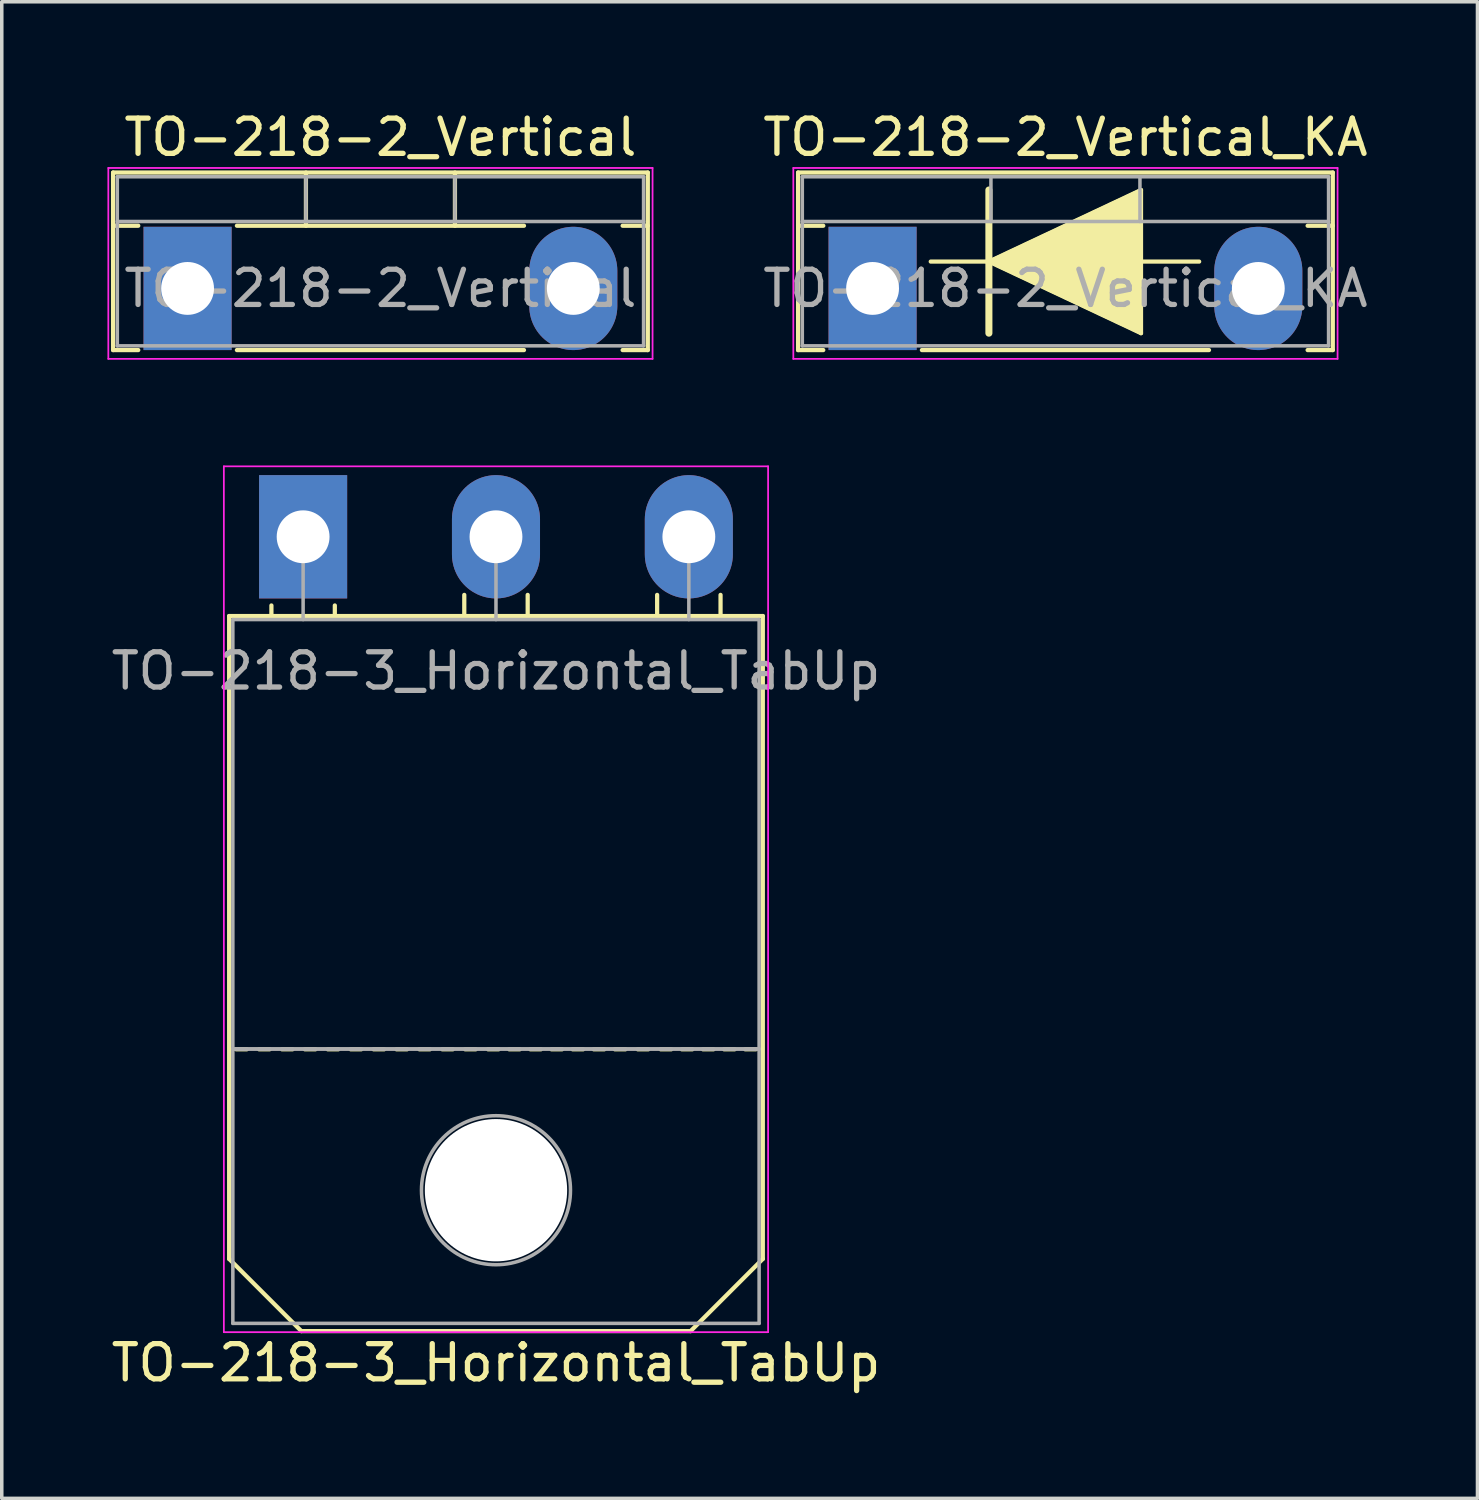
<source format=kicad_pcb>
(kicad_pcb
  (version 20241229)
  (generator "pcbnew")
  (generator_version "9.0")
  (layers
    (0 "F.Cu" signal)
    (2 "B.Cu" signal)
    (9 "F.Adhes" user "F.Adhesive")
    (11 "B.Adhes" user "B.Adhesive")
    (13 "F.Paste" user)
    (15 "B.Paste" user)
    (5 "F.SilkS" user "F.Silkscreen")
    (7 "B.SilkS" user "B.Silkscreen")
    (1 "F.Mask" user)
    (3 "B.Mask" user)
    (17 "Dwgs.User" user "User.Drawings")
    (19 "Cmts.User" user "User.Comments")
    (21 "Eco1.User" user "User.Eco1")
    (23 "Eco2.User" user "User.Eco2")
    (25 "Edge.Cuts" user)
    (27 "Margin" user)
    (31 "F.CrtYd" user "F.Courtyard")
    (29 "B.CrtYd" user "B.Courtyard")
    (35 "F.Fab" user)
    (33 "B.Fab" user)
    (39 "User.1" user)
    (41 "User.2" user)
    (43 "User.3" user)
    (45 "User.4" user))
  (footprint "TO-218-3_Horizontal_TabUp"
    (layer "F.Cu")
    (at 5.555 12.188)
    (property "Reference" "TO-218-3_Horizontal_TabUp" (at 5.475 23.45 0) (layer "F.SilkS") (effects (font (size 1 1) (thickness 0.15))))
    (attr through_hole)
    (fp_line (start -2.1 2.25) (end 13.05 2.25) (stroke (width 0.12) (type solid)) (layer "F.SilkS"))
    (fp_line (start -2.1 20.5) (end -2.1 2.25) (stroke (width 0.12) (type solid)) (layer "F.SilkS"))
    (fp_line (start -2.1 20.5) (end -0.05 22.55) (stroke (width 0.12) (type solid)) (layer "F.SilkS"))
    (fp_line (start -1.6 14.55) (end -1.9 14.55) (stroke (width 0.12) (type solid)) (layer "F.SilkS"))
    (fp_line (start -0.95 14.55) (end -1.25 14.55) (stroke (width 0.12) (type solid)) (layer "F.SilkS"))
    (fp_line (start -0.9 2.2) (end -0.9 1.95) (stroke (width 0.12) (type solid)) (layer "F.SilkS"))
    (fp_line (start -0.3 14.55) (end -0.6 14.55) (stroke (width 0.12) (type solid)) (layer "F.SilkS"))
    (fp_line (start 0.35 14.55) (end 0.05 14.55) (stroke (width 0.12) (type solid)) (layer "F.SilkS"))
    (fp_line (start 0.9 2.2) (end 0.9 1.95) (stroke (width 0.12) (type solid)) (layer "F.SilkS"))
    (fp_line (start 1 14.55) (end 0.7 14.55) (stroke (width 0.12) (type solid)) (layer "F.SilkS"))
    (fp_line (start 1.65 14.55) (end 1.35 14.55) (stroke (width 0.12) (type solid)) (layer "F.SilkS"))
    (fp_line (start 2.3 14.55) (end 2 14.55) (stroke (width 0.12) (type solid)) (layer "F.SilkS"))
    (fp_line (start 2.95 14.55) (end 2.65 14.55) (stroke (width 0.12) (type solid)) (layer "F.SilkS"))
    (fp_line (start 3.6 14.55) (end 3.3 14.55) (stroke (width 0.12) (type solid)) (layer "F.SilkS"))
    (fp_line (start 4.25 14.55) (end 3.95 14.55) (stroke (width 0.12) (type solid)) (layer "F.SilkS"))
    (fp_line (start 4.575 2.2) (end 4.575 1.65) (stroke (width 0.12) (type solid)) (layer "F.SilkS"))
    (fp_line (start 4.9 14.55) (end 4.6 14.55) (stroke (width 0.12) (type solid)) (layer "F.SilkS"))
    (fp_line (start 5.55 14.55) (end 5.25 14.55) (stroke (width 0.12) (type solid)) (layer "F.SilkS"))
    (fp_line (start 6.15 14.55) (end 5.85 14.55) (stroke (width 0.12) (type solid)) (layer "F.SilkS"))
    (fp_line (start 6.375 2.2) (end 6.375 1.65) (stroke (width 0.12) (type solid)) (layer "F.SilkS"))
    (fp_line (start 6.75 14.55) (end 6.45 14.55) (stroke (width 0.12) (type solid)) (layer "F.SilkS"))
    (fp_line (start 7.35 14.55) (end 7.05 14.55) (stroke (width 0.12) (type solid)) (layer "F.SilkS"))
    (fp_line (start 7.95 14.55) (end 7.65 14.55) (stroke (width 0.12) (type solid)) (layer "F.SilkS"))
    (fp_line (start 8.55 14.55) (end 8.25 14.55) (stroke (width 0.12) (type solid)) (layer "F.SilkS"))
    (fp_line (start 9.15 14.55) (end 8.85 14.55) (stroke (width 0.12) (type solid)) (layer "F.SilkS"))
    (fp_line (start 9.8 14.55) (end 9.5 14.55) (stroke (width 0.12) (type solid)) (layer "F.SilkS"))
    (fp_line (start 10.05 2.2) (end 10.05 1.65) (stroke (width 0.12) (type solid)) (layer "F.SilkS"))
    (fp_line (start 10.45 14.55) (end 10.15 14.55) (stroke (width 0.12) (type solid)) (layer "F.SilkS"))
    (fp_line (start 11 22.55) (end -0.05 22.55) (stroke (width 0.12) (type solid)) (layer "F.SilkS"))
    (fp_line (start 11.05 14.55) (end 10.75 14.55) (stroke (width 0.12) (type solid)) (layer "F.SilkS"))
    (fp_line (start 11.65 14.55) (end 11.35 14.55) (stroke (width 0.12) (type solid)) (layer "F.SilkS"))
    (fp_line (start 11.85 2.2) (end 11.85 1.65) (stroke (width 0.12) (type solid)) (layer "F.SilkS"))
    (fp_line (start 12.25 14.55) (end 11.95 14.55) (stroke (width 0.12) (type solid)) (layer "F.SilkS"))
    (fp_line (start 12.85 14.55) (end 12.55 14.55) (stroke (width 0.12) (type solid)) (layer "F.SilkS"))
    (fp_line (start 13.05 2.25) (end 13.05 20.5) (stroke (width 0.12) (type solid)) (layer "F.SilkS"))
    (fp_line (start 13.05 20.5) (end 11 22.55) (stroke (width 0.12) (type solid)) (layer "F.SilkS"))
    (fp_line (start -2.25 -2) (end -2.25 22.58) (stroke (width 0.05) (type solid)) (layer "F.CrtYd"))
    (fp_line (start -2.25 22.58) (end 13.2 22.58) (stroke (width 0.05) (type solid)) (layer "F.CrtYd"))
    (fp_line (start 13.2 -2) (end -2.25 -2) (stroke (width 0.05) (type solid)) (layer "F.CrtYd"))
    (fp_line (start 13.2 22.58) (end 13.2 -2) (stroke (width 0.05) (type solid)) (layer "F.CrtYd"))
    (fp_line (start -1.995 2.35) (end -1.995 14.54) (stroke (width 0.1) (type solid)) (layer "F.Fab"))
    (fp_line (start -1.995 14.54) (end -1.995 22.33) (stroke (width 0.1) (type solid)) (layer "F.Fab"))
    (fp_line (start -1.995 14.54) (end 12.945 14.54) (stroke (width 0.1) (type solid)) (layer "F.Fab"))
    (fp_line (start -1.995 22.33) (end 12.945 22.33) (stroke (width 0.1) (type solid)) (layer "F.Fab"))
    (fp_line (start 0 2.35) (end 0 0) (stroke (width 0.1) (type solid)) (layer "F.Fab"))
    (fp_line (start 5.475 2.35) (end 5.475 0) (stroke (width 0.1) (type solid)) (layer "F.Fab"))
    (fp_line (start 10.95 2.35) (end 10.95 0) (stroke (width 0.1) (type solid)) (layer "F.Fab"))
    (fp_line (start 12.945 2.35) (end -1.995 2.35) (stroke (width 0.1) (type solid)) (layer "F.Fab"))
    (fp_line (start 12.945 14.54) (end -1.995 14.54) (stroke (width 0.1) (type solid)) (layer "F.Fab"))
    (fp_line (start 12.945 14.54) (end 12.945 2.35) (stroke (width 0.1) (type solid)) (layer "F.Fab"))
    (fp_line (start 12.945 22.33) (end 12.945 14.54) (stroke (width 0.1) (type solid)) (layer "F.Fab"))
    (fp_circle (center 5.475 18.55) (end 7.59 18.55) (stroke (width 0.1) (type solid)) (fill no) (layer "F.Fab"))
    (fp_text user "${REFERENCE}" (at 5.475 3.81 0) (layer "F.Fab") (effects (font (size 1 1) (thickness 0.15))))
    (pad "" np_thru_hole oval (at 5.475 18.55) (size 4.04 4.04) (drill 4.04) (layers "*.Cu" "*.Mask"))
    (pad "1" thru_hole rect (at 0 0) (size 2.5 3.5) (drill 1.5) (layers "*.Cu" "*.Mask"))
    (pad "2" thru_hole oval (at 5.475 0) (size 2.5 3.5) (drill 1.5) (layers "*.Cu" "*.Mask"))
    (pad "3" thru_hole oval (at 10.95 0) (size 2.5 3.5) (drill 1.5) (layers "*.Cu" "*.Mask")))
  (footprint "TO-218-2_Vertical"
    (layer "F.Cu")
    (at 2.275 5.138)
    (property "Reference" "TO-218-2_Vertical" (at 5.475 -4.29 0) (layer "F.SilkS") (effects (font (size 1 1) (thickness 0.15))))
    (attr through_hole)
    (fp_line (start -2.115 -3.29) (end -2.115 1.75) (stroke (width 0.12) (type solid)) (layer "F.SilkS"))
    (fp_line (start -2.115 -3.29) (end 13.065 -3.29) (stroke (width 0.12) (type solid)) (layer "F.SilkS"))
    (fp_line (start -2.115 -1.78) (end -1.4 -1.78) (stroke (width 0.12) (type solid)) (layer "F.SilkS"))
    (fp_line (start -2.115 1.75) (end -1.4 1.75) (stroke (width 0.12) (type solid)) (layer "F.SilkS"))
    (fp_line (start 1.4 -1.78) (end 9.55 -1.78) (stroke (width 0.12) (type solid)) (layer "F.SilkS"))
    (fp_line (start 1.4 1.75) (end 9.55 1.75) (stroke (width 0.12) (type solid)) (layer "F.SilkS"))
    (fp_line (start 3.36 -3.29) (end 3.36 -1.78) (stroke (width 0.12) (type solid)) (layer "F.SilkS"))
    (fp_line (start 7.59 -3.29) (end 7.59 -1.78) (stroke (width 0.12) (type solid)) (layer "F.SilkS"))
    (fp_line (start 12.35 -1.78) (end 13.065 -1.78) (stroke (width 0.12) (type solid)) (layer "F.SilkS"))
    (fp_line (start 12.35 1.75) (end 13.065 1.75) (stroke (width 0.12) (type solid)) (layer "F.SilkS"))
    (fp_line (start 13.065 -3.29) (end 13.065 1.75) (stroke (width 0.12) (type solid)) (layer "F.SilkS"))
    (fp_line (start -2.25 -3.42) (end -2.25 2) (stroke (width 0.05) (type solid)) (layer "F.CrtYd"))
    (fp_line (start -2.25 2) (end 13.2 2) (stroke (width 0.05) (type solid)) (layer "F.CrtYd"))
    (fp_line (start 13.2 -3.42) (end -2.25 -3.42) (stroke (width 0.05) (type solid)) (layer "F.CrtYd"))
    (fp_line (start 13.2 2) (end 13.2 -3.42) (stroke (width 0.05) (type solid)) (layer "F.CrtYd"))
    (fp_line (start -1.995 -3.17) (end -1.995 1.63) (stroke (width 0.1) (type solid)) (layer "F.Fab"))
    (fp_line (start -1.995 -1.9) (end 12.945 -1.9) (stroke (width 0.1) (type solid)) (layer "F.Fab"))
    (fp_line (start -1.995 1.63) (end 12.945 1.63) (stroke (width 0.1) (type solid)) (layer "F.Fab"))
    (fp_line (start 3.36 -3.17) (end 3.36 -1.9) (stroke (width 0.1) (type solid)) (layer "F.Fab"))
    (fp_line (start 7.59 -3.17) (end 7.59 -1.9) (stroke (width 0.1) (type solid)) (layer "F.Fab"))
    (fp_line (start 12.945 -3.17) (end -1.995 -3.17) (stroke (width 0.1) (type solid)) (layer "F.Fab"))
    (fp_line (start 12.945 1.63) (end 12.945 -3.17) (stroke (width 0.1) (type solid)) (layer "F.Fab"))
    (fp_text user "${REFERENCE}" (at 5.475 0 0) (layer "F.Fab") (effects (font (size 1 1) (thickness 0.15))))
    (pad "1" thru_hole rect (at 0 0) (size 2.5 3.5) (drill 1.5) (layers "*.Cu" "*.Mask"))
    (pad "2" thru_hole oval (at 10.95 0) (size 2.5 3.5) (drill 1.5) (layers "*.Cu" "*.Mask")))
  (footprint "TO-218-2_Vertical_KA"
    (layer "F.Cu")
    (at 21.721 5.138)
    (property "Reference" "TO-218-2_Vertical_KA" (at 5.475 -4.29 0) (layer "F.SilkS") (effects (font (size 1 1) (thickness 0.15))))
    (fp_line (start -2.115 -3.29) (end -2.115 1.75) (stroke (width 0.12) (type solid)) (layer "F.SilkS"))
    (fp_line (start -2.115 -3.29) (end 13.065 -3.29) (stroke (width 0.12) (type solid)) (layer "F.SilkS"))
    (fp_line (start -2.115 -1.78) (end -1.4 -1.78) (stroke (width 0.12) (type solid)) (layer "F.SilkS"))
    (fp_line (start -2.115 1.75) (end -1.4 1.75) (stroke (width 0.12) (type solid)) (layer "F.SilkS"))
    (fp_line (start 1.4 1.75) (end 9.55 1.75) (stroke (width 0.12) (type solid)) (layer "F.SilkS"))
    (fp_line (start 1.651 -0.762) (end 3.302 -0.762) (stroke (width 0.12) (type solid)) (layer "F.SilkS"))
    (fp_line (start 3.302 -0.762) (end 3.302 -2.794) (stroke (width 0.2) (type solid)) (layer "F.SilkS"))
    (fp_line (start 3.302 -0.762) (end 7.62 -2.794) (stroke (width 0.12) (type solid)) (layer "F.SilkS"))
    (fp_line (start 3.302 1.27) (end 3.302 -0.762) (stroke (width 0.2) (type solid)) (layer "F.SilkS"))
    (fp_line (start 7.62 -2.794) (end 7.62 1.27) (stroke (width 0.12) (type solid)) (layer "F.SilkS"))
    (fp_line (start 7.62 -0.762) (end 9.271 -0.762) (stroke (width 0.12) (type solid)) (layer "F.SilkS"))
    (fp_line (start 7.62 1.27) (end 3.302 -0.762) (stroke (width 0.12) (type solid)) (layer "F.SilkS"))
    (fp_line (start 12.35 -1.78) (end 13.065 -1.78) (stroke (width 0.12) (type solid)) (layer "F.SilkS"))
    (fp_line (start 12.35 1.75) (end 13.065 1.75) (stroke (width 0.12) (type solid)) (layer "F.SilkS"))
    (fp_line (start 13.065 -3.29) (end 13.065 1.75) (stroke (width 0.12) (type solid)) (layer "F.SilkS"))
    (fp_poly (pts (xy 7.62 1.27) (xy 3.302 -0.762) (xy 7.62 -2.794)) (stroke (width 0.1) (type solid)) (fill yes) (layer "F.SilkS"))
    (fp_line (start -2.25 -3.42) (end -2.25 2) (stroke (width 0.05) (type solid)) (layer "F.CrtYd"))
    (fp_line (start -2.25 2) (end 13.2 2) (stroke (width 0.05) (type solid)) (layer "F.CrtYd"))
    (fp_line (start 13.2 -3.42) (end -2.25 -3.42) (stroke (width 0.05) (type solid)) (layer "F.CrtYd"))
    (fp_line (start 13.2 2) (end 13.2 -3.42) (stroke (width 0.05) (type solid)) (layer "F.CrtYd"))
    (fp_line (start -1.995 -3.17) (end -1.995 1.63) (stroke (width 0.1) (type solid)) (layer "F.Fab"))
    (fp_line (start -1.995 -1.9) (end 12.945 -1.9) (stroke (width 0.1) (type solid)) (layer "F.Fab"))
    (fp_line (start -1.995 1.63) (end 12.945 1.63) (stroke (width 0.1) (type solid)) (layer "F.Fab"))
    (fp_line (start 3.36 -3.17) (end 3.36 -1.9) (stroke (width 0.1) (type solid)) (layer "F.Fab"))
    (fp_line (start 7.59 -3.17) (end 7.59 -1.9) (stroke (width 0.1) (type solid)) (layer "F.Fab"))
    (fp_line (start 12.945 -3.17) (end -1.995 -3.17) (stroke (width 0.1) (type solid)) (layer "F.Fab"))
    (fp_line (start 12.945 1.63) (end 12.945 -3.17) (stroke (width 0.1) (type solid)) (layer "F.Fab"))
    (fp_text user "${REFERENCE}" (at 5.475 0 0) (layer "F.Fab") (effects (font (size 1 1) (thickness 0.15))))
    (pad "1" thru_hole rect (at 0 0) (size 2.5 3.5) (drill 1.5) (layers "*.Cu" "*.Mask"))
    (pad "2" thru_hole oval (at 10.95 0) (size 2.5 3.5) (drill 1.5) (layers "*.Cu" "*.Mask")))
  (gr_rect
    (start -3 -3)
    (end 38.893 39.486)
    (stroke (width 0.1) (type default))
    (fill no)
    (layer "Edge.Cuts")))
</source>
